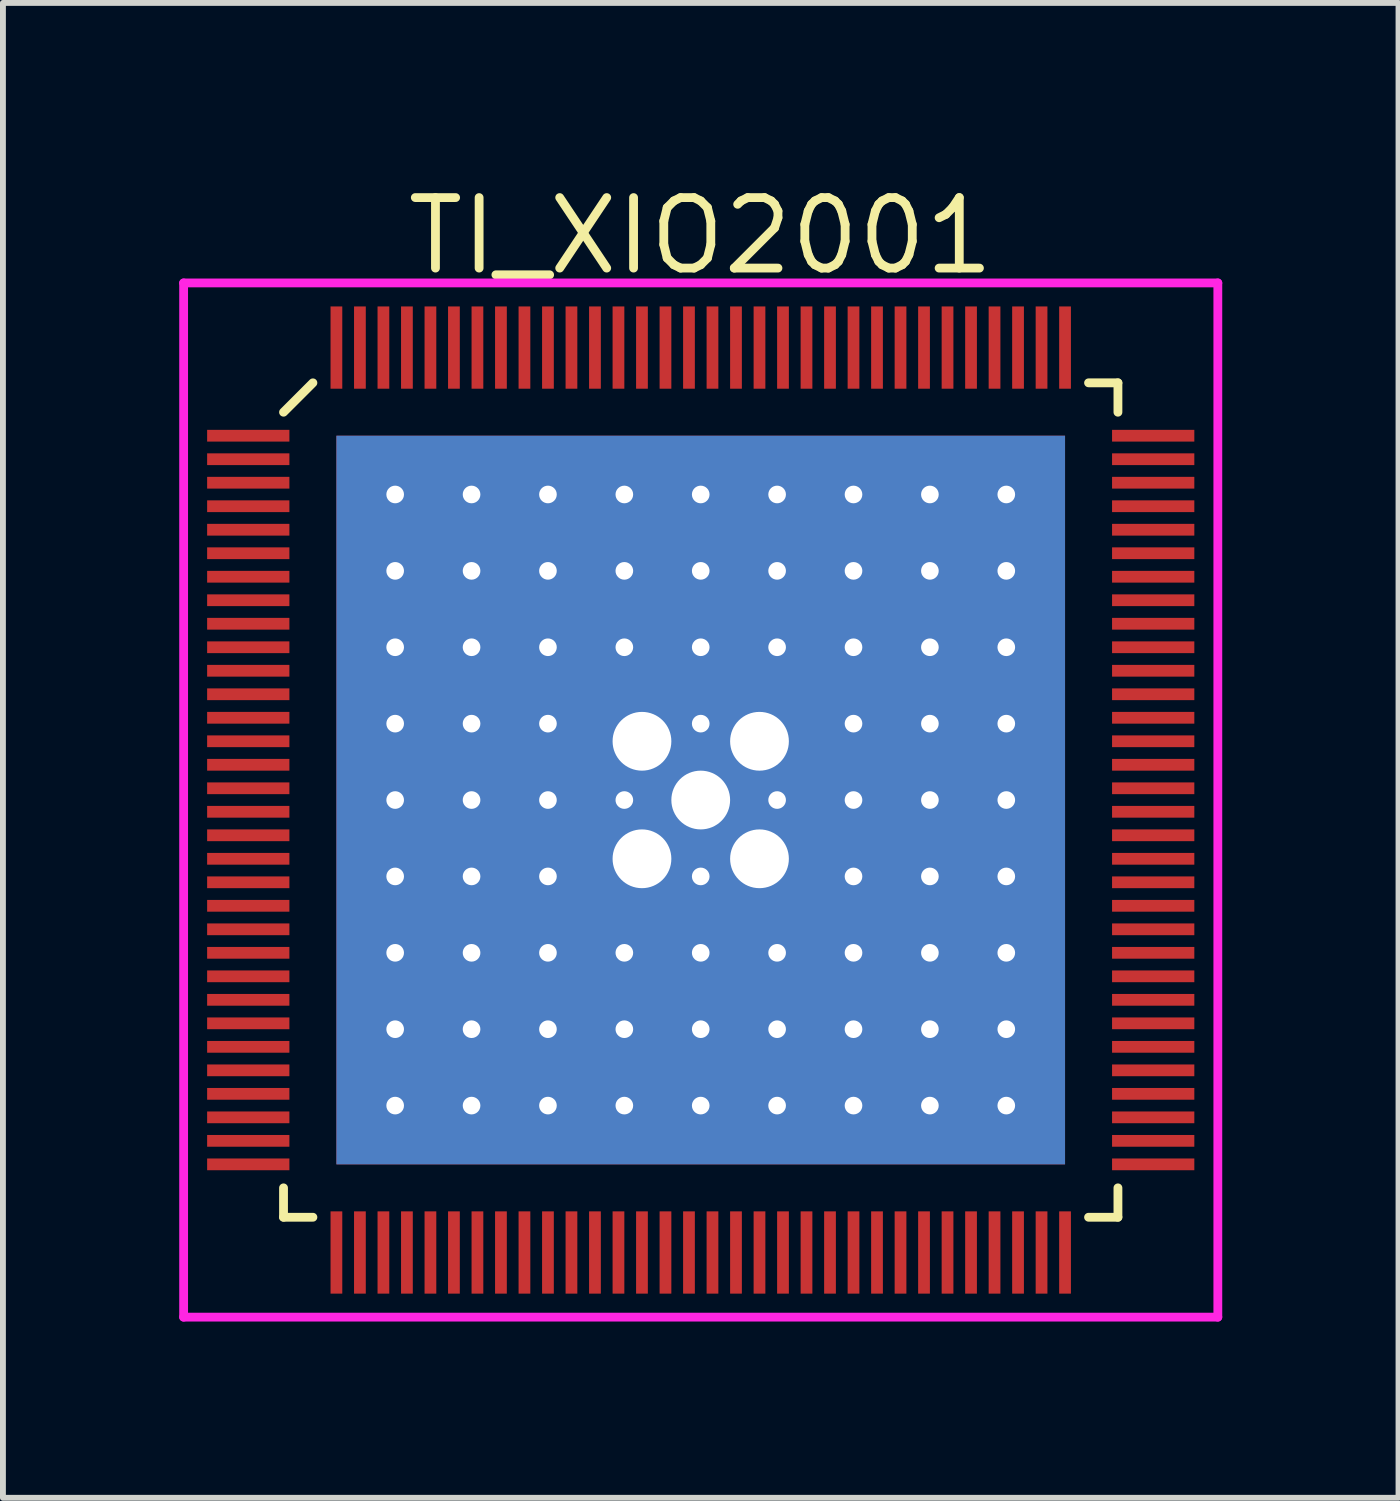
<source format=kicad_pcb>
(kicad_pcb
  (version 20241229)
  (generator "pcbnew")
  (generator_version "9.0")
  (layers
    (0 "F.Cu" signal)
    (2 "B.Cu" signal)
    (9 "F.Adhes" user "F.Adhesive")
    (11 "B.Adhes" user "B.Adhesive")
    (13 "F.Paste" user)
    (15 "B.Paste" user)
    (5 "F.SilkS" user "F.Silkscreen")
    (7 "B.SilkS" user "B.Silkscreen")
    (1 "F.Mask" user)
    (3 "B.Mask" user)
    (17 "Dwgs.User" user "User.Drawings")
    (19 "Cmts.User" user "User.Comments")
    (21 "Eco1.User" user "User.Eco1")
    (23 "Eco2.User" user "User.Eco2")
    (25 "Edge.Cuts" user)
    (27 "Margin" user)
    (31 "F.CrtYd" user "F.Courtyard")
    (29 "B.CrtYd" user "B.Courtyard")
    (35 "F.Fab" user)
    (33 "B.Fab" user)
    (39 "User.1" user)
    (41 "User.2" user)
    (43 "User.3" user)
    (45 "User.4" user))
  (footprint "TI_XIO2001"
    (layer "F.Cu")
    (at 8.875 10.565)
    (property "Reference" "TI_XIO2001" (at 0 -9.6 0) (layer "F.SilkS") (effects (font (size 1.2 1.2) (thickness 0.15))))
    (attr through_hole)
    (fp_line (start -7.1 -6.6) (end -6.6 -7.1) (stroke (width 0.15) (type solid)) (layer "F.SilkS"))
    (fp_line (start -7.1 7.1) (end -7.1 6.6) (stroke (width 0.15) (type solid)) (layer "F.SilkS"))
    (fp_line (start -6.6 7.1) (end -7.1 7.1) (stroke (width 0.15) (type solid)) (layer "F.SilkS"))
    (fp_line (start 6.6 -7.1) (end 7.1 -7.1) (stroke (width 0.15) (type solid)) (layer "F.SilkS"))
    (fp_line (start 6.6 7.1) (end 7.1 7.1) (stroke (width 0.15) (type solid)) (layer "F.SilkS"))
    (fp_line (start 7.1 -7.1) (end 7.1 -6.6) (stroke (width 0.15) (type solid)) (layer "F.SilkS"))
    (fp_line (start 7.1 7.1) (end 7.1 6.6) (stroke (width 0.15) (type solid)) (layer "F.SilkS"))
    (fp_line (start -8.8 -8.8) (end 8.8 -8.8) (stroke (width 0.15) (type solid)) (layer "F.CrtYd"))
    (fp_line (start -8.8 8.8) (end -8.8 -8.8) (stroke (width 0.15) (type solid)) (layer "F.CrtYd"))
    (fp_line (start 8.8 -8.8) (end 8.8 8.8) (stroke (width 0.15) (type solid)) (layer "F.CrtYd"))
    (fp_line (start 8.8 8.8) (end -8.8 8.8) (stroke (width 0.15) (type solid)) (layer "F.CrtYd"))
    (pad "1" smd rect (at -7.7 -6.2 90) (size 0.2 1.4) (layers "F.Cu" "F.Mask" "F.Paste"))
    (pad "2" smd rect (at -7.7 -5.8 90) (size 0.2 1.4) (layers "F.Cu" "F.Mask" "F.Paste"))
    (pad "3" smd rect (at -7.7 -5.4 90) (size 0.2 1.4) (layers "F.Cu" "F.Mask" "F.Paste"))
    (pad "4" smd rect (at -7.7 -5 90) (size 0.2 1.4) (layers "F.Cu" "F.Mask" "F.Paste"))
    (pad "5" smd rect (at -7.7 -4.6 90) (size 0.2 1.4) (layers "F.Cu" "F.Mask" "F.Paste"))
    (pad "6" smd rect (at -7.7 -4.2 90) (size 0.2 1.4) (layers "F.Cu" "F.Mask" "F.Paste"))
    (pad "7" smd rect (at -7.7 -3.8 90) (size 0.2 1.4) (layers "F.Cu" "F.Mask" "F.Paste"))
    (pad "8" smd rect (at -7.7 -3.4 90) (size 0.2 1.4) (layers "F.Cu" "F.Mask" "F.Paste"))
    (pad "9" smd rect (at -7.7 -3 90) (size 0.2 1.4) (layers "F.Cu" "F.Mask" "F.Paste"))
    (pad "10" smd rect (at -7.7 -2.6 90) (size 0.2 1.4) (layers "F.Cu" "F.Mask" "F.Paste"))
    (pad "11" smd rect (at -7.7 -2.2 90) (size 0.2 1.4) (layers "F.Cu" "F.Mask" "F.Paste"))
    (pad "12" smd rect (at -7.7 -1.8 90) (size 0.2 1.4) (layers "F.Cu" "F.Mask" "F.Paste"))
    (pad "13" smd rect (at -7.7 -1.4 90) (size 0.2 1.4) (layers "F.Cu" "F.Mask" "F.Paste"))
    (pad "14" smd rect (at -7.7 -1 90) (size 0.2 1.4) (layers "F.Cu" "F.Mask" "F.Paste"))
    (pad "15" smd rect (at -7.7 -0.6 90) (size 0.2 1.4) (layers "F.Cu" "F.Mask" "F.Paste"))
    (pad "16" smd rect (at -7.7 -0.2 90) (size 0.2 1.4) (layers "F.Cu" "F.Mask" "F.Paste"))
    (pad "17" smd rect (at -7.7 0.2 90) (size 0.2 1.4) (layers "F.Cu" "F.Mask" "F.Paste"))
    (pad "18" smd rect (at -7.7 0.6 90) (size 0.2 1.4) (layers "F.Cu" "F.Mask" "F.Paste"))
    (pad "19" smd rect (at -7.7 1 90) (size 0.2 1.4) (layers "F.Cu" "F.Mask" "F.Paste"))
    (pad "20" smd rect (at -7.7 1.4 90) (size 0.2 1.4) (layers "F.Cu" "F.Mask" "F.Paste"))
    (pad "21" smd rect (at -7.7 1.8 90) (size 0.2 1.4) (layers "F.Cu" "F.Mask" "F.Paste"))
    (pad "22" smd rect (at -7.7 2.2 90) (size 0.2 1.4) (layers "F.Cu" "F.Mask" "F.Paste"))
    (pad "23" smd rect (at -7.7 2.6 90) (size 0.2 1.4) (layers "F.Cu" "F.Mask" "F.Paste"))
    (pad "24" smd rect (at -7.7 3 90) (size 0.2 1.4) (layers "F.Cu" "F.Mask" "F.Paste"))
    (pad "25" smd rect (at -7.7 3.4 90) (size 0.2 1.4) (layers "F.Cu" "F.Mask" "F.Paste"))
    (pad "26" smd rect (at -7.7 3.8 90) (size 0.2 1.4) (layers "F.Cu" "F.Mask" "F.Paste"))
    (pad "27" smd rect (at -7.7 4.2 90) (size 0.2 1.4) (layers "F.Cu" "F.Mask" "F.Paste"))
    (pad "28" smd rect (at -7.7 4.6 90) (size 0.2 1.4) (layers "F.Cu" "F.Mask" "F.Paste"))
    (pad "29" smd rect (at -7.7 5 90) (size 0.2 1.4) (layers "F.Cu" "F.Mask" "F.Paste"))
    (pad "30" smd rect (at -7.7 5.4 90) (size 0.2 1.4) (layers "F.Cu" "F.Mask" "F.Paste"))
    (pad "31" smd rect (at -7.7 5.8 90) (size 0.2 1.4) (layers "F.Cu" "F.Mask" "F.Paste"))
    (pad "32" smd rect (at -7.7 6.2 90) (size 0.2 1.4) (layers "F.Cu" "F.Mask" "F.Paste"))
    (pad "33" smd rect (at -6.2 7.7) (size 0.2 1.4) (layers "F.Cu" "F.Mask" "F.Paste"))
    (pad "34" smd rect (at -5.8 7.7) (size 0.2 1.4) (layers "F.Cu" "F.Mask" "F.Paste"))
    (pad "35" smd rect (at -5.4 7.7) (size 0.2 1.4) (layers "F.Cu" "F.Mask" "F.Paste"))
    (pad "36" smd rect (at -5 7.7) (size 0.2 1.4) (layers "F.Cu" "F.Mask" "F.Paste"))
    (pad "37" smd rect (at -4.6 7.7) (size 0.2 1.4) (layers "F.Cu" "F.Mask" "F.Paste"))
    (pad "38" smd rect (at -4.2 7.7) (size 0.2 1.4) (layers "F.Cu" "F.Mask" "F.Paste"))
    (pad "39" smd rect (at -3.8 7.7) (size 0.2 1.4) (layers "F.Cu" "F.Mask" "F.Paste"))
    (pad "40" smd rect (at -3.4 7.7) (size 0.2 1.4) (layers "F.Cu" "F.Mask" "F.Paste"))
    (pad "41" smd rect (at -3 7.7) (size 0.2 1.4) (layers "F.Cu" "F.Mask" "F.Paste"))
    (pad "42" smd rect (at -2.6 7.7) (size 0.2 1.4) (layers "F.Cu" "F.Mask" "F.Paste"))
    (pad "43" smd rect (at -2.2 7.7) (size 0.2 1.4) (layers "F.Cu" "F.Mask" "F.Paste"))
    (pad "44" smd rect (at -1.8 7.7) (size 0.2 1.4) (layers "F.Cu" "F.Mask" "F.Paste"))
    (pad "45" smd rect (at -1.4 7.7) (size 0.2 1.4) (layers "F.Cu" "F.Mask" "F.Paste"))
    (pad "46" smd rect (at -1 7.7) (size 0.2 1.4) (layers "F.Cu" "F.Mask" "F.Paste"))
    (pad "47" smd rect (at -0.6 7.7) (size 0.2 1.4) (layers "F.Cu" "F.Mask" "F.Paste"))
    (pad "48" smd rect (at -0.2 7.7) (size 0.2 1.4) (layers "F.Cu" "F.Mask" "F.Paste"))
    (pad "49" smd rect (at 0.2 7.7) (size 0.2 1.4) (layers "F.Cu" "F.Mask" "F.Paste"))
    (pad "50" smd rect (at 0.6 7.7) (size 0.2 1.4) (layers "F.Cu" "F.Mask" "F.Paste"))
    (pad "51" smd rect (at 1 7.7) (size 0.2 1.4) (layers "F.Cu" "F.Mask" "F.Paste"))
    (pad "52" smd rect (at 1.4 7.7) (size 0.2 1.4) (layers "F.Cu" "F.Mask" "F.Paste"))
    (pad "53" smd rect (at 1.8 7.7) (size 0.2 1.4) (layers "F.Cu" "F.Mask" "F.Paste"))
    (pad "54" smd rect (at 2.2 7.7) (size 0.2 1.4) (layers "F.Cu" "F.Mask" "F.Paste"))
    (pad "55" smd rect (at 2.6 7.7) (size 0.2 1.4) (layers "F.Cu" "F.Mask" "F.Paste"))
    (pad "56" smd rect (at 3 7.7) (size 0.2 1.4) (layers "F.Cu" "F.Mask" "F.Paste"))
    (pad "57" smd rect (at 3.4 7.7) (size 0.2 1.4) (layers "F.Cu" "F.Mask" "F.Paste"))
    (pad "58" smd rect (at 3.8 7.7) (size 0.2 1.4) (layers "F.Cu" "F.Mask" "F.Paste"))
    (pad "59" smd rect (at 4.2 7.7) (size 0.2 1.4) (layers "F.Cu" "F.Mask" "F.Paste"))
    (pad "60" smd rect (at 4.6 7.7) (size 0.2 1.4) (layers "F.Cu" "F.Mask" "F.Paste"))
    (pad "61" smd rect (at 5 7.7) (size 0.2 1.4) (layers "F.Cu" "F.Mask" "F.Paste"))
    (pad "62" smd rect (at 5.4 7.7) (size 0.2 1.4) (layers "F.Cu" "F.Mask" "F.Paste"))
    (pad "63" smd rect (at 5.8 7.7) (size 0.2 1.4) (layers "F.Cu" "F.Mask" "F.Paste"))
    (pad "64" smd rect (at 6.2 7.7) (size 0.2 1.4) (layers "F.Cu" "F.Mask" "F.Paste"))
    (pad "65" smd rect (at 7.7 6.2 90) (size 0.2 1.4) (layers "F.Cu" "F.Mask" "F.Paste"))
    (pad "66" smd rect (at 7.7 5.8 90) (size 0.2 1.4) (layers "F.Cu" "F.Mask" "F.Paste"))
    (pad "67" smd rect (at 7.7 5.4 90) (size 0.2 1.4) (layers "F.Cu" "F.Mask" "F.Paste"))
    (pad "68" smd rect (at 7.7 5 90) (size 0.2 1.4) (layers "F.Cu" "F.Mask" "F.Paste"))
    (pad "69" smd rect (at 7.7 4.6 90) (size 0.2 1.4) (layers "F.Cu" "F.Mask" "F.Paste"))
    (pad "70" smd rect (at 7.7 4.2 90) (size 0.2 1.4) (layers "F.Cu" "F.Mask" "F.Paste"))
    (pad "71" smd rect (at 7.7 3.8 90) (size 0.2 1.4) (layers "F.Cu" "F.Mask" "F.Paste"))
    (pad "72" smd rect (at 7.7 3.4 90) (size 0.2 1.4) (layers "F.Cu" "F.Mask" "F.Paste"))
    (pad "73" smd rect (at 7.7 3 90) (size 0.2 1.4) (layers "F.Cu" "F.Mask" "F.Paste"))
    (pad "74" smd rect (at 7.7 2.6 90) (size 0.2 1.4) (layers "F.Cu" "F.Mask" "F.Paste"))
    (pad "75" smd rect (at 7.7 2.2 90) (size 0.2 1.4) (layers "F.Cu" "F.Mask" "F.Paste"))
    (pad "76" smd rect (at 7.7 1.8 90) (size 0.2 1.4) (layers "F.Cu" "F.Mask" "F.Paste"))
    (pad "77" smd rect (at 7.7 1.4 90) (size 0.2 1.4) (layers "F.Cu" "F.Mask" "F.Paste"))
    (pad "78" smd rect (at 7.7 1 90) (size 0.2 1.4) (layers "F.Cu" "F.Mask" "F.Paste"))
    (pad "79" smd rect (at 7.7 0.6 90) (size 0.2 1.4) (layers "F.Cu" "F.Mask" "F.Paste"))
    (pad "80" smd rect (at 7.7 0.2 90) (size 0.2 1.4) (layers "F.Cu" "F.Mask" "F.Paste"))
    (pad "81" smd rect (at 7.7 -0.2 90) (size 0.2 1.4) (layers "F.Cu" "F.Mask" "F.Paste"))
    (pad "82" smd rect (at 7.7 -0.6 90) (size 0.2 1.4) (layers "F.Cu" "F.Mask" "F.Paste"))
    (pad "83" smd rect (at 7.7 -1 90) (size 0.2 1.4) (layers "F.Cu" "F.Mask" "F.Paste"))
    (pad "84" smd rect (at 7.7 -1.4 90) (size 0.2 1.4) (layers "F.Cu" "F.Mask" "F.Paste"))
    (pad "85" smd rect (at 7.7 -1.8 90) (size 0.2 1.4) (layers "F.Cu" "F.Mask" "F.Paste"))
    (pad "86" smd rect (at 7.7 -2.2 90) (size 0.2 1.4) (layers "F.Cu" "F.Mask" "F.Paste"))
    (pad "87" smd rect (at 7.7 -2.6 90) (size 0.2 1.4) (layers "F.Cu" "F.Mask" "F.Paste"))
    (pad "88" smd rect (at 7.7 -3 90) (size 0.2 1.4) (layers "F.Cu" "F.Mask" "F.Paste"))
    (pad "89" smd rect (at 7.7 -3.4 90) (size 0.2 1.4) (layers "F.Cu" "F.Mask" "F.Paste"))
    (pad "90" smd rect (at 7.7 -3.8 90) (size 0.2 1.4) (layers "F.Cu" "F.Mask" "F.Paste"))
    (pad "91" smd rect (at 7.7 -4.2 90) (size 0.2 1.4) (layers "F.Cu" "F.Mask" "F.Paste"))
    (pad "92" smd rect (at 7.7 -4.6 90) (size 0.2 1.4) (layers "F.Cu" "F.Mask" "F.Paste"))
    (pad "93" smd rect (at 7.7 -5 90) (size 0.2 1.4) (layers "F.Cu" "F.Mask" "F.Paste"))
    (pad "94" smd rect (at 7.7 -5.4 90) (size 0.2 1.4) (layers "F.Cu" "F.Mask" "F.Paste"))
    (pad "95" smd rect (at 7.7 -5.8 90) (size 0.2 1.4) (layers "F.Cu" "F.Mask" "F.Paste"))
    (pad "96" smd rect (at 7.7 -6.2 90) (size 0.2 1.4) (layers "F.Cu" "F.Mask" "F.Paste"))
    (pad "97" smd rect (at 6.2 -7.7) (size 0.2 1.4) (layers "F.Cu" "F.Mask" "F.Paste"))
    (pad "98" smd rect (at 5.8 -7.7) (size 0.2 1.4) (layers "F.Cu" "F.Mask" "F.Paste"))
    (pad "99" smd rect (at 5.4 -7.7) (size 0.2 1.4) (layers "F.Cu" "F.Mask" "F.Paste"))
    (pad "100" smd rect (at 5 -7.7) (size 0.2 1.4) (layers "F.Cu" "F.Mask" "F.Paste"))
    (pad "101" smd rect (at 4.6 -7.7) (size 0.2 1.4) (layers "F.Cu" "F.Mask" "F.Paste"))
    (pad "102" smd rect (at 4.2 -7.7) (size 0.2 1.4) (layers "F.Cu" "F.Mask" "F.Paste"))
    (pad "103" smd rect (at 3.8 -7.7) (size 0.2 1.4) (layers "F.Cu" "F.Mask" "F.Paste"))
    (pad "104" smd rect (at 3.4 -7.7) (size 0.2 1.4) (layers "F.Cu" "F.Mask" "F.Paste"))
    (pad "105" smd rect (at 3 -7.7) (size 0.2 1.4) (layers "F.Cu" "F.Mask" "F.Paste"))
    (pad "106" smd rect (at 2.6 -7.7) (size 0.2 1.4) (layers "F.Cu" "F.Mask" "F.Paste"))
    (pad "107" smd rect (at 2.2 -7.7) (size 0.2 1.4) (layers "F.Cu" "F.Mask" "F.Paste"))
    (pad "108" smd rect (at 1.8 -7.7) (size 0.2 1.4) (layers "F.Cu" "F.Mask" "F.Paste"))
    (pad "109" smd rect (at 1.4 -7.7) (size 0.2 1.4) (layers "F.Cu" "F.Mask" "F.Paste"))
    (pad "110" smd rect (at 1 -7.7) (size 0.2 1.4) (layers "F.Cu" "F.Mask" "F.Paste"))
    (pad "111" smd rect (at 0.6 -7.7) (size 0.2 1.4) (layers "F.Cu" "F.Mask" "F.Paste"))
    (pad "112" smd rect (at 0.2 -7.7) (size 0.2 1.4) (layers "F.Cu" "F.Mask" "F.Paste"))
    (pad "113" smd rect (at -0.2 -7.7) (size 0.2 1.4) (layers "F.Cu" "F.Mask" "F.Paste"))
    (pad "114" smd rect (at -0.6 -7.7) (size 0.2 1.4) (layers "F.Cu" "F.Mask" "F.Paste"))
    (pad "115" smd rect (at -1 -7.7) (size 0.2 1.4) (layers "F.Cu" "F.Mask" "F.Paste"))
    (pad "116" smd rect (at -1.4 -7.7) (size 0.2 1.4) (layers "F.Cu" "F.Mask" "F.Paste"))
    (pad "117" smd rect (at -1.8 -7.7) (size 0.2 1.4) (layers "F.Cu" "F.Mask" "F.Paste"))
    (pad "118" smd rect (at -2.2 -7.7) (size 0.2 1.4) (layers "F.Cu" "F.Mask" "F.Paste"))
    (pad "119" smd rect (at -2.6 -7.7) (size 0.2 1.4) (layers "F.Cu" "F.Mask" "F.Paste"))
    (pad "120" smd rect (at -3 -7.7) (size 0.2 1.4) (layers "F.Cu" "F.Mask" "F.Paste"))
    (pad "121" smd rect (at -3.4 -7.7) (size 0.2 1.4) (layers "F.Cu" "F.Mask" "F.Paste"))
    (pad "122" smd rect (at -3.8 -7.7) (size 0.2 1.4) (layers "F.Cu" "F.Mask" "F.Paste"))
    (pad "123" smd rect (at -4.2 -7.7) (size 0.2 1.4) (layers "F.Cu" "F.Mask" "F.Paste"))
    (pad "124" smd rect (at -4.6 -7.7) (size 0.2 1.4) (layers "F.Cu" "F.Mask" "F.Paste"))
    (pad "125" smd rect (at -5 -7.7) (size 0.2 1.4) (layers "F.Cu" "F.Mask" "F.Paste"))
    (pad "126" smd rect (at -5.4 -7.7) (size 0.2 1.4) (layers "F.Cu" "F.Mask" "F.Paste"))
    (pad "127" smd rect (at -5.8 -7.7) (size 0.2 1.4) (layers "F.Cu" "F.Mask" "F.Paste"))
    (pad "128" smd rect (at -6.2 -7.7) (size 0.2 1.4) (layers "F.Cu" "F.Mask" "F.Paste"))
    (pad "129" thru_hole circle (at -5.2 -5.2) (size 0.3 0.3) (drill 0.3) (layers "*.Cu"))
    (pad "129" thru_hole circle (at -5.2 -3.9) (size 0.3 0.3) (drill 0.3) (layers "*.Cu"))
    (pad "129" thru_hole circle (at -5.2 -2.6) (size 0.3 0.3) (drill 0.3) (layers "*.Cu"))
    (pad "129" thru_hole circle (at -5.2 -1.3) (size 0.3 0.3) (drill 0.3) (layers "*.Cu"))
    (pad "129" thru_hole circle (at -5.2 0) (size 0.3 0.3) (drill 0.3) (layers "*.Cu"))
    (pad "129" thru_hole circle (at -5.2 1.3) (size 0.3 0.3) (drill 0.3) (layers "*.Cu"))
    (pad "129" thru_hole circle (at -5.2 2.6) (size 0.3 0.3) (drill 0.3) (layers "*.Cu"))
    (pad "129" thru_hole circle (at -5.2 3.9) (size 0.3 0.3) (drill 0.3) (layers "*.Cu"))
    (pad "129" thru_hole circle (at -5.2 5.2) (size 0.3 0.3) (drill 0.3) (layers "*.Cu"))
    (pad "129" thru_hole circle (at -3.9 -5.2) (size 0.3 0.3) (drill 0.3) (layers "*.Cu"))
    (pad "129" thru_hole circle (at -3.9 -3.9) (size 0.3 0.3) (drill 0.3) (layers "*.Cu"))
    (pad "129" thru_hole circle (at -3.9 -2.6) (size 0.3 0.3) (drill 0.3) (layers "*.Cu"))
    (pad "129" thru_hole circle (at -3.9 -1.3) (size 0.3 0.3) (drill 0.3) (layers "*.Cu"))
    (pad "129" thru_hole circle (at -3.9 0) (size 0.3 0.3) (drill 0.3) (layers "*.Cu"))
    (pad "129" thru_hole circle (at -3.9 1.3) (size 0.3 0.3) (drill 0.3) (layers "*.Cu"))
    (pad "129" thru_hole circle (at -3.9 2.6) (size 0.3 0.3) (drill 0.3) (layers "*.Cu"))
    (pad "129" thru_hole circle (at -3.9 3.9) (size 0.3 0.3) (drill 0.3) (layers "*.Cu"))
    (pad "129" thru_hole circle (at -3.9 5.2) (size 0.3 0.3) (drill 0.3) (layers "*.Cu"))
    (pad "129" thru_hole circle (at -2.6 -5.2) (size 0.3 0.3) (drill 0.3) (layers "*.Cu"))
    (pad "129" thru_hole circle (at -2.6 -3.9) (size 0.3 0.3) (drill 0.3) (layers "*.Cu"))
    (pad "129" thru_hole circle (at -2.6 -2.6) (size 0.3 0.3) (drill 0.3) (layers "*.Cu"))
    (pad "129" thru_hole circle (at -2.6 -1.3) (size 0.3 0.3) (drill 0.3) (layers "*.Cu"))
    (pad "129" thru_hole circle (at -2.6 0) (size 0.3 0.3) (drill 0.3) (layers "*.Cu"))
    (pad "129" thru_hole circle (at -2.6 1.3) (size 0.3 0.3) (drill 0.3) (layers "*.Cu"))
    (pad "129" thru_hole circle (at -2.6 2.6) (size 0.3 0.3) (drill 0.3) (layers "*.Cu"))
    (pad "129" thru_hole circle (at -2.6 3.9) (size 0.3 0.3) (drill 0.3) (layers "*.Cu"))
    (pad "129" thru_hole circle (at -2.6 5.2) (size 0.3 0.3) (drill 0.3) (layers "*.Cu"))
    (pad "129" thru_hole circle (at -1.3 -5.2) (size 0.3 0.3) (drill 0.3) (layers "*.Cu"))
    (pad "129" thru_hole circle (at -1.3 -3.9) (size 0.3 0.3) (drill 0.3) (layers "*.Cu"))
    (pad "129" thru_hole circle (at -1.3 -2.6) (size 0.3 0.3) (drill 0.3) (layers "*.Cu"))
    (pad "129" thru_hole circle (at -1.3 0) (size 0.3 0.3) (drill 0.3) (layers "*.Cu"))
    (pad "129" thru_hole circle (at -1.3 2.6) (size 0.3 0.3) (drill 0.3) (layers "*.Cu"))
    (pad "129" thru_hole circle (at -1.3 3.9) (size 0.3 0.3) (drill 0.3) (layers "*.Cu"))
    (pad "129" thru_hole circle (at -1.3 5.2) (size 0.3 0.3) (drill 0.3) (layers "*.Cu"))
    (pad "129" thru_hole circle (at -1 -1) (size 1 1) (drill 1) (layers "*.Cu" "*.Mask"))
    (pad "129" thru_hole circle (at -1 1) (size 1 1) (drill 1) (layers "*.Cu" "*.Mask"))
    (pad "129" thru_hole circle (at 0 -5.2) (size 0.3 0.3) (drill 0.3) (layers "*.Cu"))
    (pad "129" thru_hole circle (at 0 -3.9) (size 0.3 0.3) (drill 0.3) (layers "*.Cu"))
    (pad "129" thru_hole circle (at 0 -2.6) (size 0.3 0.3) (drill 0.3) (layers "*.Cu"))
    (pad "129" thru_hole circle (at 0 -1.3) (size 0.3 0.3) (drill 0.3) (layers "*.Cu"))
    (pad "129" thru_hole circle (at 0 0) (size 1 1) (drill 1) (layers "*.Cu" "*.Mask"))
    (pad "129" smd rect (at 0 0) (size 4.38 4.38) (layers "F.Cu" "F.Mask" "F.Paste"))
    (pad "129" smd rect (at 0 0) (size 12.4 12.4) (layers "F.Cu"))
    (pad "129" smd rect (at 0 0) (size 12.4 12.4) (layers "B.Cu"))
    (pad "129" thru_hole circle (at 0 1.3) (size 0.3 0.3) (drill 0.3) (layers "*.Cu"))
    (pad "129" thru_hole circle (at 0 2.6) (size 0.3 0.3) (drill 0.3) (layers "*.Cu"))
    (pad "129" thru_hole circle (at 0 3.9) (size 0.3 0.3) (drill 0.3) (layers "*.Cu"))
    (pad "129" thru_hole circle (at 0 5.2) (size 0.3 0.3) (drill 0.3) (layers "*.Cu"))
    (pad "129" thru_hole circle (at 1 -1) (size 1 1) (drill 1) (layers "*.Cu" "*.Mask"))
    (pad "129" thru_hole circle (at 1 1) (size 1 1) (drill 1) (layers "*.Cu" "*.Mask"))
    (pad "129" thru_hole circle (at 1.3 -5.2) (size 0.3 0.3) (drill 0.3) (layers "*.Cu"))
    (pad "129" thru_hole circle (at 1.3 -3.9) (size 0.3 0.3) (drill 0.3) (layers "*.Cu"))
    (pad "129" thru_hole circle (at 1.3 -2.6) (size 0.3 0.3) (drill 0.3) (layers "*.Cu"))
    (pad "129" thru_hole circle (at 1.3 0) (size 0.3 0.3) (drill 0.3) (layers "*.Cu"))
    (pad "129" thru_hole circle (at 1.3 2.6) (size 0.3 0.3) (drill 0.3) (layers "*.Cu"))
    (pad "129" thru_hole circle (at 1.3 3.9) (size 0.3 0.3) (drill 0.3) (layers "*.Cu"))
    (pad "129" thru_hole circle (at 1.3 5.2) (size 0.3 0.3) (drill 0.3) (layers "*.Cu"))
    (pad "129" thru_hole circle (at 2.6 -5.2) (size 0.3 0.3) (drill 0.3) (layers "*.Cu"))
    (pad "129" thru_hole circle (at 2.6 -3.9) (size 0.3 0.3) (drill 0.3) (layers "*.Cu"))
    (pad "129" thru_hole circle (at 2.6 -2.6) (size 0.3 0.3) (drill 0.3) (layers "*.Cu"))
    (pad "129" thru_hole circle (at 2.6 -1.3) (size 0.3 0.3) (drill 0.3) (layers "*.Cu"))
    (pad "129" thru_hole circle (at 2.6 0) (size 0.3 0.3) (drill 0.3) (layers "*.Cu"))
    (pad "129" thru_hole circle (at 2.6 1.3) (size 0.3 0.3) (drill 0.3) (layers "*.Cu"))
    (pad "129" thru_hole circle (at 2.6 2.6) (size 0.3 0.3) (drill 0.3) (layers "*.Cu"))
    (pad "129" thru_hole circle (at 2.6 3.9) (size 0.3 0.3) (drill 0.3) (layers "*.Cu"))
    (pad "129" thru_hole circle (at 2.6 5.2) (size 0.3 0.3) (drill 0.3) (layers "*.Cu"))
    (pad "129" thru_hole circle (at 3.9 -5.2) (size 0.3 0.3) (drill 0.3) (layers "*.Cu"))
    (pad "129" thru_hole circle (at 3.9 -3.9) (size 0.3 0.3) (drill 0.3) (layers "*.Cu"))
    (pad "129" thru_hole circle (at 3.9 -2.6) (size 0.3 0.3) (drill 0.3) (layers "*.Cu"))
    (pad "129" thru_hole circle (at 3.9 -1.3) (size 0.3 0.3) (drill 0.3) (layers "*.Cu"))
    (pad "129" thru_hole circle (at 3.9 0) (size 0.3 0.3) (drill 0.3) (layers "*.Cu"))
    (pad "129" thru_hole circle (at 3.9 1.3) (size 0.3 0.3) (drill 0.3) (layers "*.Cu"))
    (pad "129" thru_hole circle (at 3.9 2.6) (size 0.3 0.3) (drill 0.3) (layers "*.Cu"))
    (pad "129" thru_hole circle (at 3.9 3.9) (size 0.3 0.3) (drill 0.3) (layers "*.Cu"))
    (pad "129" thru_hole circle (at 3.9 5.2) (size 0.3 0.3) (drill 0.3) (layers "*.Cu"))
    (pad "129" thru_hole circle (at 5.2 -5.2) (size 0.3 0.3) (drill 0.3) (layers "*.Cu"))
    (pad "129" thru_hole circle (at 5.2 -3.9) (size 0.3 0.3) (drill 0.3) (layers "*.Cu"))
    (pad "129" thru_hole circle (at 5.2 -2.6) (size 0.3 0.3) (drill 0.3) (layers "*.Cu"))
    (pad "129" thru_hole circle (at 5.2 -1.3) (size 0.3 0.3) (drill 0.3) (layers "*.Cu"))
    (pad "129" thru_hole circle (at 5.2 0) (size 0.3 0.3) (drill 0.3) (layers "*.Cu"))
    (pad "129" thru_hole circle (at 5.2 1.3) (size 0.3 0.3) (drill 0.3) (layers "*.Cu"))
    (pad "129" thru_hole circle (at 5.2 2.6) (size 0.3 0.3) (drill 0.3) (layers "*.Cu"))
    (pad "129" thru_hole circle (at 5.2 3.9) (size 0.3 0.3) (drill 0.3) (layers "*.Cu"))
    (pad "129" thru_hole circle (at 5.2 5.2) (size 0.3 0.3) (drill 0.3) (layers "*.Cu")))
  (gr_rect
    (start -3 -3)
    (end 20.75 22.44)
    (stroke (width 0.1) (type default))
    (fill no)
    (layer "Edge.Cuts")))
</source>
